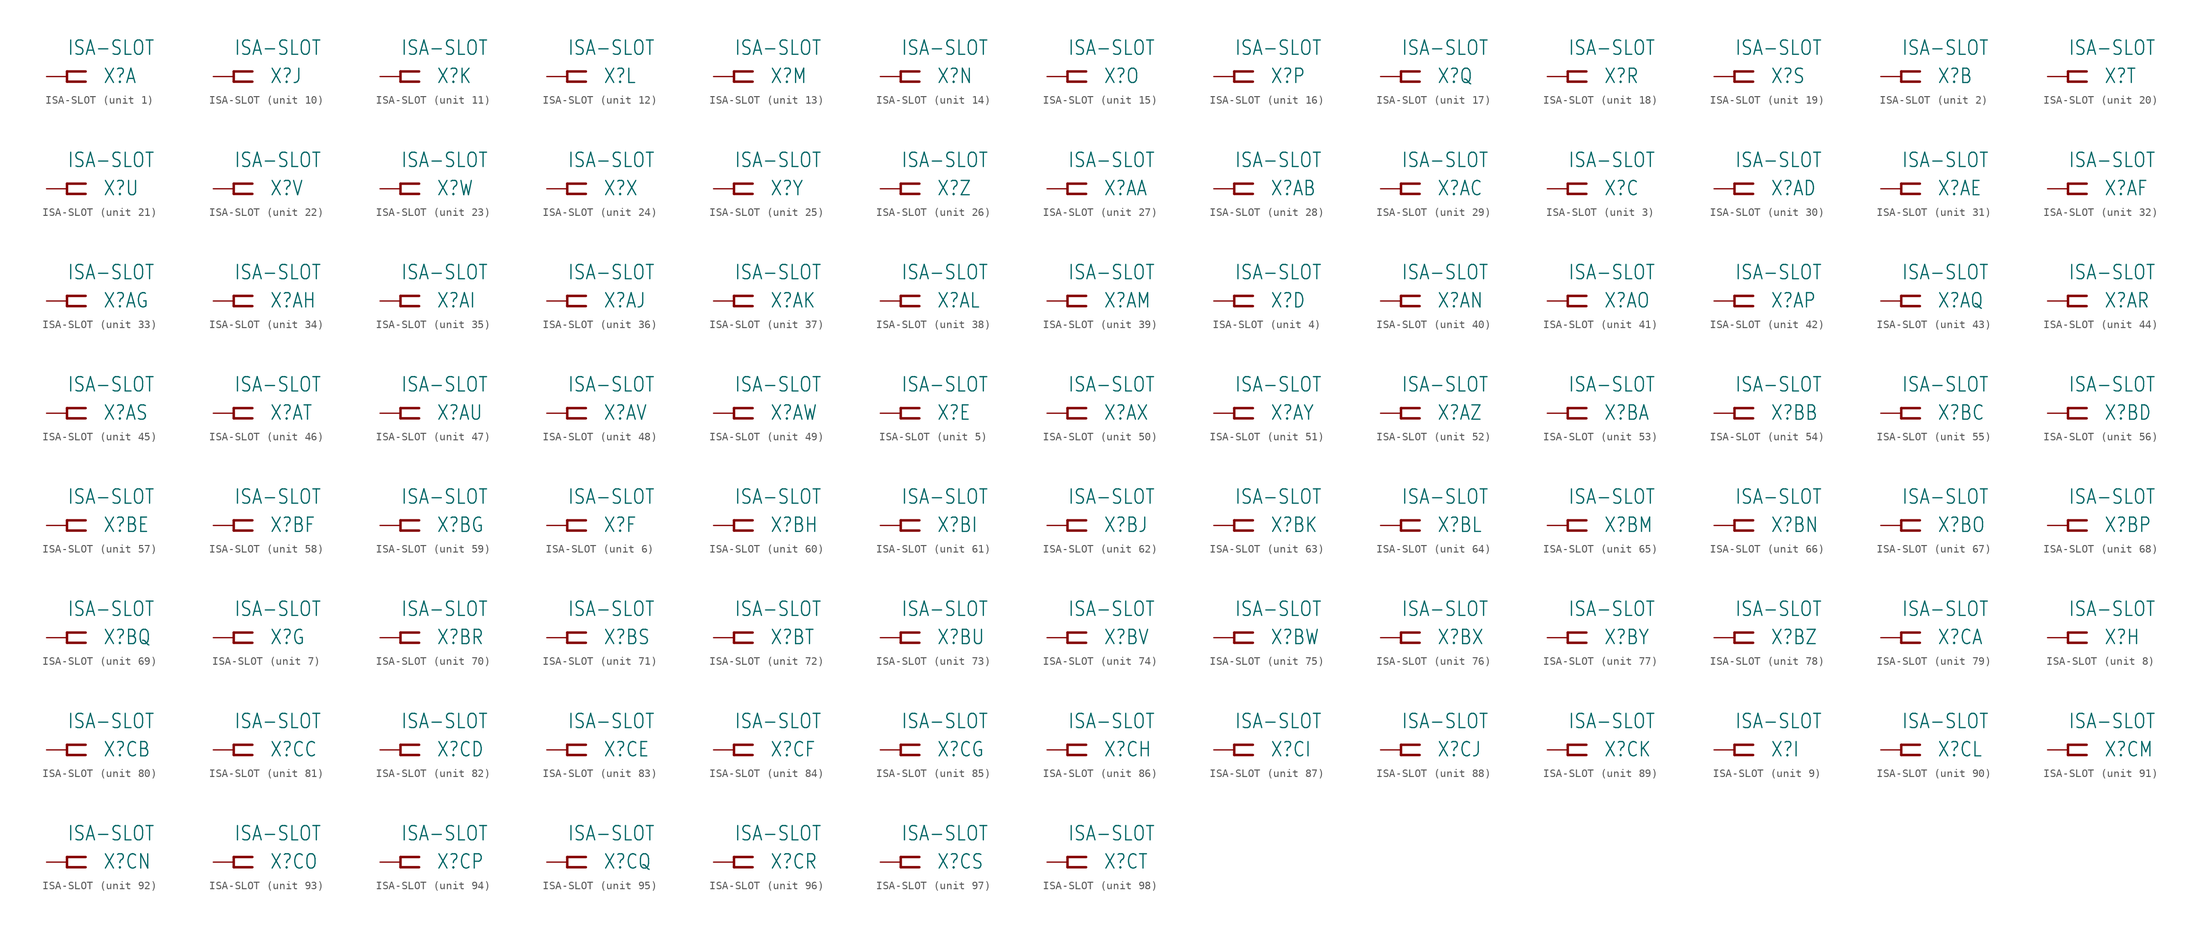
<source format=kicad_sym>
(kicad_symbol_lib
  (version 20220914)
  (generator kicad_symbol_editor)
  (symbol "ISA-SLOT"
    (property "Reference" "X"
      (at 4.445 -0.965 0)
      (effects (font (size 1.778 1.511)) (justify left bottom)))
    (property "Value" "ISA-SLOT"
      (at 0 2.54 0)
      (effects (font (size 1.778 1.511)) (justify left bottom)))
    (property "ki_locked" ""
      (at 0 0 0)
      (effects (font (size 1.27 1.27))))
    (symbol "ISA-SLOT_1_0"
      (polyline (pts (xy 0 -0.635) (xy 0 0.635)) (stroke (width 0.305) (type default)) (fill (type none)))
      (polyline (pts (xy 0 0.635) (xy 2.311 0.635)) (stroke (width 0.305) (type default)) (fill (type none)))
      (polyline (pts (xy 2.311 -0.635) (xy 0 -0.635)) (stroke (width 0.305) (type default)) (fill (type none)))
      (pin passive line (at -2.54 0 0) (length 2.54) (name "P" (effects (font (size 0 0)))) (number "A2" (effects (font (size 0 0))))))
    (symbol "ISA-SLOT_2_0"
      (polyline (pts (xy 0 -0.635) (xy 0 0.635)) (stroke (width 0.305) (type default)) (fill (type none)))
      (polyline (pts (xy 0 0.635) (xy 2.311 0.635)) (stroke (width 0.305) (type default)) (fill (type none)))
      (polyline (pts (xy 2.311 -0.635) (xy 0 -0.635)) (stroke (width 0.305) (type default)) (fill (type none)))
      (pin passive line (at -2.54 0 0) (length 2.54) (name "P" (effects (font (size 0 0)))) (number "A3" (effects (font (size 0 0))))))
    (symbol "ISA-SLOT_3_0"
      (polyline (pts (xy 0 -0.635) (xy 0 0.635)) (stroke (width 0.305) (type default)) (fill (type none)))
      (polyline (pts (xy 0 0.635) (xy 2.311 0.635)) (stroke (width 0.305) (type default)) (fill (type none)))
      (polyline (pts (xy 2.311 -0.635) (xy 0 -0.635)) (stroke (width 0.305) (type default)) (fill (type none)))
      (pin passive line (at -2.54 0 0) (length 2.54) (name "P" (effects (font (size 0 0)))) (number "A4" (effects (font (size 0 0))))))
    (symbol "ISA-SLOT_4_0"
      (polyline (pts (xy 0 -0.635) (xy 0 0.635)) (stroke (width 0.305) (type default)) (fill (type none)))
      (polyline (pts (xy 0 0.635) (xy 2.311 0.635)) (stroke (width 0.305) (type default)) (fill (type none)))
      (polyline (pts (xy 2.311 -0.635) (xy 0 -0.635)) (stroke (width 0.305) (type default)) (fill (type none)))
      (pin passive line (at -2.54 0 0) (length 2.54) (name "P" (effects (font (size 0 0)))) (number "A5" (effects (font (size 0 0))))))
    (symbol "ISA-SLOT_5_0"
      (polyline (pts (xy 0 -0.635) (xy 0 0.635)) (stroke (width 0.305) (type default)) (fill (type none)))
      (polyline (pts (xy 0 0.635) (xy 2.311 0.635)) (stroke (width 0.305) (type default)) (fill (type none)))
      (polyline (pts (xy 2.311 -0.635) (xy 0 -0.635)) (stroke (width 0.305) (type default)) (fill (type none)))
      (pin passive line (at -2.54 0 0) (length 2.54) (name "P" (effects (font (size 0 0)))) (number "A6" (effects (font (size 0 0))))))
    (symbol "ISA-SLOT_6_0"
      (polyline (pts (xy 0 -0.635) (xy 0 0.635)) (stroke (width 0.305) (type default)) (fill (type none)))
      (polyline (pts (xy 0 0.635) (xy 2.311 0.635)) (stroke (width 0.305) (type default)) (fill (type none)))
      (polyline (pts (xy 2.311 -0.635) (xy 0 -0.635)) (stroke (width 0.305) (type default)) (fill (type none)))
      (pin passive line (at -2.54 0 0) (length 2.54) (name "P" (effects (font (size 0 0)))) (number "A7" (effects (font (size 0 0))))))
    (symbol "ISA-SLOT_7_0"
      (polyline (pts (xy 0 -0.635) (xy 0 0.635)) (stroke (width 0.305) (type default)) (fill (type none)))
      (polyline (pts (xy 0 0.635) (xy 2.311 0.635)) (stroke (width 0.305) (type default)) (fill (type none)))
      (polyline (pts (xy 2.311 -0.635) (xy 0 -0.635)) (stroke (width 0.305) (type default)) (fill (type none)))
      (pin passive line (at -2.54 0 0) (length 2.54) (name "P" (effects (font (size 0 0)))) (number "A8" (effects (font (size 0 0))))))
    (symbol "ISA-SLOT_8_0"
      (polyline (pts (xy 0 -0.635) (xy 0 0.635)) (stroke (width 0.305) (type default)) (fill (type none)))
      (polyline (pts (xy 0 0.635) (xy 2.311 0.635)) (stroke (width 0.305) (type default)) (fill (type none)))
      (polyline (pts (xy 2.311 -0.635) (xy 0 -0.635)) (stroke (width 0.305) (type default)) (fill (type none)))
      (pin passive line (at -2.54 0 0) (length 2.54) (name "P" (effects (font (size 0 0)))) (number "A9" (effects (font (size 0 0))))))
    (symbol "ISA-SLOT_9_0"
      (polyline (pts (xy 0 -0.635) (xy 0 0.635)) (stroke (width 0.305) (type default)) (fill (type none)))
      (polyline (pts (xy 0 0.635) (xy 2.311 0.635)) (stroke (width 0.305) (type default)) (fill (type none)))
      (polyline (pts (xy 2.311 -0.635) (xy 0 -0.635)) (stroke (width 0.305) (type default)) (fill (type none)))
      (pin passive line (at -2.54 0 0) (length 2.54) (name "P" (effects (font (size 0 0)))) (number "A10" (effects (font (size 0 0))))))
    (symbol "ISA-SLOT_10_0"
      (polyline (pts (xy 0 -0.635) (xy 0 0.635)) (stroke (width 0.305) (type default)) (fill (type none)))
      (polyline (pts (xy 0 0.635) (xy 2.311 0.635)) (stroke (width 0.305) (type default)) (fill (type none)))
      (polyline (pts (xy 2.311 -0.635) (xy 0 -0.635)) (stroke (width 0.305) (type default)) (fill (type none)))
      (pin passive line (at -2.54 0 0) (length 2.54) (name "P" (effects (font (size 0 0)))) (number "A11" (effects (font (size 0 0))))))
    (symbol "ISA-SLOT_11_0"
      (polyline (pts (xy 0 -0.635) (xy 0 0.635)) (stroke (width 0.305) (type default)) (fill (type none)))
      (polyline (pts (xy 0 0.635) (xy 2.311 0.635)) (stroke (width 0.305) (type default)) (fill (type none)))
      (polyline (pts (xy 2.311 -0.635) (xy 0 -0.635)) (stroke (width 0.305) (type default)) (fill (type none)))
      (pin passive line (at -2.54 0 0) (length 2.54) (name "P" (effects (font (size 0 0)))) (number "A12" (effects (font (size 0 0))))))
    (symbol "ISA-SLOT_12_0"
      (polyline (pts (xy 0 -0.635) (xy 0 0.635)) (stroke (width 0.305) (type default)) (fill (type none)))
      (polyline (pts (xy 0 0.635) (xy 2.311 0.635)) (stroke (width 0.305) (type default)) (fill (type none)))
      (polyline (pts (xy 2.311 -0.635) (xy 0 -0.635)) (stroke (width 0.305) (type default)) (fill (type none)))
      (pin passive line (at -2.54 0 0) (length 2.54) (name "P" (effects (font (size 0 0)))) (number "A13" (effects (font (size 0 0))))))
    (symbol "ISA-SLOT_13_0"
      (polyline (pts (xy 0 -0.635) (xy 0 0.635)) (stroke (width 0.305) (type default)) (fill (type none)))
      (polyline (pts (xy 0 0.635) (xy 2.311 0.635)) (stroke (width 0.305) (type default)) (fill (type none)))
      (polyline (pts (xy 2.311 -0.635) (xy 0 -0.635)) (stroke (width 0.305) (type default)) (fill (type none)))
      (pin passive line (at -2.54 0 0) (length 2.54) (name "P" (effects (font (size 0 0)))) (number "A14" (effects (font (size 0 0))))))
    (symbol "ISA-SLOT_14_0"
      (polyline (pts (xy 0 -0.635) (xy 0 0.635)) (stroke (width 0.305) (type default)) (fill (type none)))
      (polyline (pts (xy 0 0.635) (xy 2.311 0.635)) (stroke (width 0.305) (type default)) (fill (type none)))
      (polyline (pts (xy 2.311 -0.635) (xy 0 -0.635)) (stroke (width 0.305) (type default)) (fill (type none)))
      (pin passive line (at -2.54 0 0) (length 2.54) (name "P" (effects (font (size 0 0)))) (number "A15" (effects (font (size 0 0))))))
    (symbol "ISA-SLOT_15_0"
      (polyline (pts (xy 0 -0.635) (xy 0 0.635)) (stroke (width 0.305) (type default)) (fill (type none)))
      (polyline (pts (xy 0 0.635) (xy 2.311 0.635)) (stroke (width 0.305) (type default)) (fill (type none)))
      (polyline (pts (xy 2.311 -0.635) (xy 0 -0.635)) (stroke (width 0.305) (type default)) (fill (type none)))
      (pin passive line (at -2.54 0 0) (length 2.54) (name "P" (effects (font (size 0 0)))) (number "A16" (effects (font (size 0 0))))))
    (symbol "ISA-SLOT_16_0"
      (polyline (pts (xy 0 -0.635) (xy 0 0.635)) (stroke (width 0.305) (type default)) (fill (type none)))
      (polyline (pts (xy 0 0.635) (xy 2.311 0.635)) (stroke (width 0.305) (type default)) (fill (type none)))
      (polyline (pts (xy 2.311 -0.635) (xy 0 -0.635)) (stroke (width 0.305) (type default)) (fill (type none)))
      (pin passive line (at -2.54 0 0) (length 2.54) (name "P" (effects (font (size 0 0)))) (number "A17" (effects (font (size 0 0))))))
    (symbol "ISA-SLOT_17_0"
      (polyline (pts (xy 0 -0.635) (xy 0 0.635)) (stroke (width 0.305) (type default)) (fill (type none)))
      (polyline (pts (xy 0 0.635) (xy 2.311 0.635)) (stroke (width 0.305) (type default)) (fill (type none)))
      (polyline (pts (xy 2.311 -0.635) (xy 0 -0.635)) (stroke (width 0.305) (type default)) (fill (type none)))
      (pin passive line (at -2.54 0 0) (length 2.54) (name "P" (effects (font (size 0 0)))) (number "A18" (effects (font (size 0 0))))))
    (symbol "ISA-SLOT_18_0"
      (polyline (pts (xy 0 -0.635) (xy 0 0.635)) (stroke (width 0.305) (type default)) (fill (type none)))
      (polyline (pts (xy 0 0.635) (xy 2.311 0.635)) (stroke (width 0.305) (type default)) (fill (type none)))
      (polyline (pts (xy 2.311 -0.635) (xy 0 -0.635)) (stroke (width 0.305) (type default)) (fill (type none)))
      (pin passive line (at -2.54 0 0) (length 2.54) (name "P" (effects (font (size 0 0)))) (number "A19" (effects (font (size 0 0))))))
    (symbol "ISA-SLOT_19_0"
      (polyline (pts (xy 0 -0.635) (xy 0 0.635)) (stroke (width 0.305) (type default)) (fill (type none)))
      (polyline (pts (xy 0 0.635) (xy 2.311 0.635)) (stroke (width 0.305) (type default)) (fill (type none)))
      (polyline (pts (xy 2.311 -0.635) (xy 0 -0.635)) (stroke (width 0.305) (type default)) (fill (type none)))
      (pin passive line (at -2.54 0 0) (length 2.54) (name "P" (effects (font (size 0 0)))) (number "A20" (effects (font (size 0 0))))))
    (symbol "ISA-SLOT_20_0"
      (polyline (pts (xy 0 -0.635) (xy 0 0.635)) (stroke (width 0.305) (type default)) (fill (type none)))
      (polyline (pts (xy 0 0.635) (xy 2.311 0.635)) (stroke (width 0.305) (type default)) (fill (type none)))
      (polyline (pts (xy 2.311 -0.635) (xy 0 -0.635)) (stroke (width 0.305) (type default)) (fill (type none)))
      (pin passive line (at -2.54 0 0) (length 2.54) (name "P" (effects (font (size 0 0)))) (number "A21" (effects (font (size 0 0))))))
    (symbol "ISA-SLOT_21_0"
      (polyline (pts (xy 0 -0.635) (xy 0 0.635)) (stroke (width 0.305) (type default)) (fill (type none)))
      (polyline (pts (xy 0 0.635) (xy 2.311 0.635)) (stroke (width 0.305) (type default)) (fill (type none)))
      (polyline (pts (xy 2.311 -0.635) (xy 0 -0.635)) (stroke (width 0.305) (type default)) (fill (type none)))
      (pin passive line (at -2.54 0 0) (length 2.54) (name "P" (effects (font (size 0 0)))) (number "A22" (effects (font (size 0 0))))))
    (symbol "ISA-SLOT_22_0"
      (polyline (pts (xy 0 -0.635) (xy 0 0.635)) (stroke (width 0.305) (type default)) (fill (type none)))
      (polyline (pts (xy 0 0.635) (xy 2.311 0.635)) (stroke (width 0.305) (type default)) (fill (type none)))
      (polyline (pts (xy 2.311 -0.635) (xy 0 -0.635)) (stroke (width 0.305) (type default)) (fill (type none)))
      (pin passive line (at -2.54 0 0) (length 2.54) (name "P" (effects (font (size 0 0)))) (number "A23" (effects (font (size 0 0))))))
    (symbol "ISA-SLOT_23_0"
      (polyline (pts (xy 0 -0.635) (xy 0 0.635)) (stroke (width 0.305) (type default)) (fill (type none)))
      (polyline (pts (xy 0 0.635) (xy 2.311 0.635)) (stroke (width 0.305) (type default)) (fill (type none)))
      (polyline (pts (xy 2.311 -0.635) (xy 0 -0.635)) (stroke (width 0.305) (type default)) (fill (type none)))
      (pin passive line (at -2.54 0 0) (length 2.54) (name "P" (effects (font (size 0 0)))) (number "A24" (effects (font (size 0 0))))))
    (symbol "ISA-SLOT_24_0"
      (polyline (pts (xy 0 -0.635) (xy 0 0.635)) (stroke (width 0.305) (type default)) (fill (type none)))
      (polyline (pts (xy 0 0.635) (xy 2.311 0.635)) (stroke (width 0.305) (type default)) (fill (type none)))
      (polyline (pts (xy 2.311 -0.635) (xy 0 -0.635)) (stroke (width 0.305) (type default)) (fill (type none)))
      (pin passive line (at -2.54 0 0) (length 2.54) (name "P" (effects (font (size 0 0)))) (number "A25" (effects (font (size 0 0))))))
    (symbol "ISA-SLOT_25_0"
      (polyline (pts (xy 0 -0.635) (xy 0 0.635)) (stroke (width 0.305) (type default)) (fill (type none)))
      (polyline (pts (xy 0 0.635) (xy 2.311 0.635)) (stroke (width 0.305) (type default)) (fill (type none)))
      (polyline (pts (xy 2.311 -0.635) (xy 0 -0.635)) (stroke (width 0.305) (type default)) (fill (type none)))
      (pin passive line (at -2.54 0 0) (length 2.54) (name "P" (effects (font (size 0 0)))) (number "A26" (effects (font (size 0 0))))))
    (symbol "ISA-SLOT_26_0"
      (polyline (pts (xy 0 -0.635) (xy 0 0.635)) (stroke (width 0.305) (type default)) (fill (type none)))
      (polyline (pts (xy 0 0.635) (xy 2.311 0.635)) (stroke (width 0.305) (type default)) (fill (type none)))
      (polyline (pts (xy 2.311 -0.635) (xy 0 -0.635)) (stroke (width 0.305) (type default)) (fill (type none)))
      (pin passive line (at -2.54 0 0) (length 2.54) (name "P" (effects (font (size 0 0)))) (number "A27" (effects (font (size 0 0))))))
    (symbol "ISA-SLOT_27_0"
      (polyline (pts (xy 0 -0.635) (xy 0 0.635)) (stroke (width 0.305) (type default)) (fill (type none)))
      (polyline (pts (xy 0 0.635) (xy 2.311 0.635)) (stroke (width 0.305) (type default)) (fill (type none)))
      (polyline (pts (xy 2.311 -0.635) (xy 0 -0.635)) (stroke (width 0.305) (type default)) (fill (type none)))
      (pin passive line (at -2.54 0 0) (length 2.54) (name "P" (effects (font (size 0 0)))) (number "A28" (effects (font (size 0 0))))))
    (symbol "ISA-SLOT_28_0"
      (polyline (pts (xy 0 -0.635) (xy 0 0.635)) (stroke (width 0.305) (type default)) (fill (type none)))
      (polyline (pts (xy 0 0.635) (xy 2.311 0.635)) (stroke (width 0.305) (type default)) (fill (type none)))
      (polyline (pts (xy 2.311 -0.635) (xy 0 -0.635)) (stroke (width 0.305) (type default)) (fill (type none)))
      (pin passive line (at -2.54 0 0) (length 2.54) (name "P" (effects (font (size 0 0)))) (number "A29" (effects (font (size 0 0))))))
    (symbol "ISA-SLOT_29_0"
      (polyline (pts (xy 0 -0.635) (xy 0 0.635)) (stroke (width 0.305) (type default)) (fill (type none)))
      (polyline (pts (xy 0 0.635) (xy 2.311 0.635)) (stroke (width 0.305) (type default)) (fill (type none)))
      (polyline (pts (xy 2.311 -0.635) (xy 0 -0.635)) (stroke (width 0.305) (type default)) (fill (type none)))
      (pin passive line (at -2.54 0 0) (length 2.54) (name "P" (effects (font (size 0 0)))) (number "A30" (effects (font (size 0 0))))))
    (symbol "ISA-SLOT_30_0"
      (polyline (pts (xy 0 -0.635) (xy 0 0.635)) (stroke (width 0.305) (type default)) (fill (type none)))
      (polyline (pts (xy 0 0.635) (xy 2.311 0.635)) (stroke (width 0.305) (type default)) (fill (type none)))
      (polyline (pts (xy 2.311 -0.635) (xy 0 -0.635)) (stroke (width 0.305) (type default)) (fill (type none)))
      (pin passive line (at -2.54 0 0) (length 2.54) (name "P" (effects (font (size 0 0)))) (number "A31" (effects (font (size 0 0))))))
    (symbol "ISA-SLOT_31_0"
      (polyline (pts (xy 0 -0.635) (xy 0 0.635)) (stroke (width 0.305) (type default)) (fill (type none)))
      (polyline (pts (xy 0 0.635) (xy 2.311 0.635)) (stroke (width 0.305) (type default)) (fill (type none)))
      (polyline (pts (xy 2.311 -0.635) (xy 0 -0.635)) (stroke (width 0.305) (type default)) (fill (type none)))
      (pin passive line (at -2.54 0 0) (length 2.54) (name "P" (effects (font (size 0 0)))) (number "B2" (effects (font (size 0 0))))))
    (symbol "ISA-SLOT_32_0"
      (polyline (pts (xy 0 -0.635) (xy 0 0.635)) (stroke (width 0.305) (type default)) (fill (type none)))
      (polyline (pts (xy 0 0.635) (xy 2.311 0.635)) (stroke (width 0.305) (type default)) (fill (type none)))
      (polyline (pts (xy 2.311 -0.635) (xy 0 -0.635)) (stroke (width 0.305) (type default)) (fill (type none)))
      (pin passive line (at -2.54 0 0) (length 2.54) (name "P" (effects (font (size 0 0)))) (number "B3" (effects (font (size 0 0))))))
    (symbol "ISA-SLOT_33_0"
      (polyline (pts (xy 0 -0.635) (xy 0 0.635)) (stroke (width 0.305) (type default)) (fill (type none)))
      (polyline (pts (xy 0 0.635) (xy 2.311 0.635)) (stroke (width 0.305) (type default)) (fill (type none)))
      (polyline (pts (xy 2.311 -0.635) (xy 0 -0.635)) (stroke (width 0.305) (type default)) (fill (type none)))
      (pin passive line (at -2.54 0 0) (length 2.54) (name "P" (effects (font (size 0 0)))) (number "B4" (effects (font (size 0 0))))))
    (symbol "ISA-SLOT_34_0"
      (polyline (pts (xy 0 -0.635) (xy 0 0.635)) (stroke (width 0.305) (type default)) (fill (type none)))
      (polyline (pts (xy 0 0.635) (xy 2.311 0.635)) (stroke (width 0.305) (type default)) (fill (type none)))
      (polyline (pts (xy 2.311 -0.635) (xy 0 -0.635)) (stroke (width 0.305) (type default)) (fill (type none)))
      (pin passive line (at -2.54 0 0) (length 2.54) (name "P" (effects (font (size 0 0)))) (number "B5" (effects (font (size 0 0))))))
    (symbol "ISA-SLOT_35_0"
      (polyline (pts (xy 0 -0.635) (xy 0 0.635)) (stroke (width 0.305) (type default)) (fill (type none)))
      (polyline (pts (xy 0 0.635) (xy 2.311 0.635)) (stroke (width 0.305) (type default)) (fill (type none)))
      (polyline (pts (xy 2.311 -0.635) (xy 0 -0.635)) (stroke (width 0.305) (type default)) (fill (type none)))
      (pin passive line (at -2.54 0 0) (length 2.54) (name "P" (effects (font (size 0 0)))) (number "B6" (effects (font (size 0 0))))))
    (symbol "ISA-SLOT_36_0"
      (polyline (pts (xy 0 -0.635) (xy 0 0.635)) (stroke (width 0.305) (type default)) (fill (type none)))
      (polyline (pts (xy 0 0.635) (xy 2.311 0.635)) (stroke (width 0.305) (type default)) (fill (type none)))
      (polyline (pts (xy 2.311 -0.635) (xy 0 -0.635)) (stroke (width 0.305) (type default)) (fill (type none)))
      (pin passive line (at -2.54 0 0) (length 2.54) (name "P" (effects (font (size 0 0)))) (number "B7" (effects (font (size 0 0))))))
    (symbol "ISA-SLOT_37_0"
      (polyline (pts (xy 0 -0.635) (xy 0 0.635)) (stroke (width 0.305) (type default)) (fill (type none)))
      (polyline (pts (xy 0 0.635) (xy 2.311 0.635)) (stroke (width 0.305) (type default)) (fill (type none)))
      (polyline (pts (xy 2.311 -0.635) (xy 0 -0.635)) (stroke (width 0.305) (type default)) (fill (type none)))
      (pin passive line (at -2.54 0 0) (length 2.54) (name "P" (effects (font (size 0 0)))) (number "B8" (effects (font (size 0 0))))))
    (symbol "ISA-SLOT_38_0"
      (polyline (pts (xy 0 -0.635) (xy 0 0.635)) (stroke (width 0.305) (type default)) (fill (type none)))
      (polyline (pts (xy 0 0.635) (xy 2.311 0.635)) (stroke (width 0.305) (type default)) (fill (type none)))
      (polyline (pts (xy 2.311 -0.635) (xy 0 -0.635)) (stroke (width 0.305) (type default)) (fill (type none)))
      (pin passive line (at -2.54 0 0) (length 2.54) (name "P" (effects (font (size 0 0)))) (number "B9" (effects (font (size 0 0))))))
    (symbol "ISA-SLOT_39_0"
      (polyline (pts (xy 0 -0.635) (xy 0 0.635)) (stroke (width 0.305) (type default)) (fill (type none)))
      (polyline (pts (xy 0 0.635) (xy 2.311 0.635)) (stroke (width 0.305) (type default)) (fill (type none)))
      (polyline (pts (xy 2.311 -0.635) (xy 0 -0.635)) (stroke (width 0.305) (type default)) (fill (type none)))
      (pin passive line (at -2.54 0 0) (length 2.54) (name "P" (effects (font (size 0 0)))) (number "B10" (effects (font (size 0 0))))))
    (symbol "ISA-SLOT_40_0"
      (polyline (pts (xy 0 -0.635) (xy 0 0.635)) (stroke (width 0.305) (type default)) (fill (type none)))
      (polyline (pts (xy 0 0.635) (xy 2.311 0.635)) (stroke (width 0.305) (type default)) (fill (type none)))
      (polyline (pts (xy 2.311 -0.635) (xy 0 -0.635)) (stroke (width 0.305) (type default)) (fill (type none)))
      (pin passive line (at -2.54 0 0) (length 2.54) (name "P" (effects (font (size 0 0)))) (number "B11" (effects (font (size 0 0))))))
    (symbol "ISA-SLOT_41_0"
      (polyline (pts (xy 0 -0.635) (xy 0 0.635)) (stroke (width 0.305) (type default)) (fill (type none)))
      (polyline (pts (xy 0 0.635) (xy 2.311 0.635)) (stroke (width 0.305) (type default)) (fill (type none)))
      (polyline (pts (xy 2.311 -0.635) (xy 0 -0.635)) (stroke (width 0.305) (type default)) (fill (type none)))
      (pin passive line (at -2.54 0 0) (length 2.54) (name "P" (effects (font (size 0 0)))) (number "B12" (effects (font (size 0 0))))))
    (symbol "ISA-SLOT_42_0"
      (polyline (pts (xy 0 -0.635) (xy 0 0.635)) (stroke (width 0.305) (type default)) (fill (type none)))
      (polyline (pts (xy 0 0.635) (xy 2.311 0.635)) (stroke (width 0.305) (type default)) (fill (type none)))
      (polyline (pts (xy 2.311 -0.635) (xy 0 -0.635)) (stroke (width 0.305) (type default)) (fill (type none)))
      (pin passive line (at -2.54 0 0) (length 2.54) (name "P" (effects (font (size 0 0)))) (number "B13" (effects (font (size 0 0))))))
    (symbol "ISA-SLOT_43_0"
      (polyline (pts (xy 0 -0.635) (xy 0 0.635)) (stroke (width 0.305) (type default)) (fill (type none)))
      (polyline (pts (xy 0 0.635) (xy 2.311 0.635)) (stroke (width 0.305) (type default)) (fill (type none)))
      (polyline (pts (xy 2.311 -0.635) (xy 0 -0.635)) (stroke (width 0.305) (type default)) (fill (type none)))
      (pin passive line (at -2.54 0 0) (length 2.54) (name "P" (effects (font (size 0 0)))) (number "B14" (effects (font (size 0 0))))))
    (symbol "ISA-SLOT_44_0"
      (polyline (pts (xy 0 -0.635) (xy 0 0.635)) (stroke (width 0.305) (type default)) (fill (type none)))
      (polyline (pts (xy 0 0.635) (xy 2.311 0.635)) (stroke (width 0.305) (type default)) (fill (type none)))
      (polyline (pts (xy 2.311 -0.635) (xy 0 -0.635)) (stroke (width 0.305) (type default)) (fill (type none)))
      (pin passive line (at -2.54 0 0) (length 2.54) (name "P" (effects (font (size 0 0)))) (number "B15" (effects (font (size 0 0))))))
    (symbol "ISA-SLOT_45_0"
      (polyline (pts (xy 0 -0.635) (xy 0 0.635)) (stroke (width 0.305) (type default)) (fill (type none)))
      (polyline (pts (xy 0 0.635) (xy 2.311 0.635)) (stroke (width 0.305) (type default)) (fill (type none)))
      (polyline (pts (xy 2.311 -0.635) (xy 0 -0.635)) (stroke (width 0.305) (type default)) (fill (type none)))
      (pin passive line (at -2.54 0 0) (length 2.54) (name "P" (effects (font (size 0 0)))) (number "B16" (effects (font (size 0 0))))))
    (symbol "ISA-SLOT_46_0"
      (polyline (pts (xy 0 -0.635) (xy 0 0.635)) (stroke (width 0.305) (type default)) (fill (type none)))
      (polyline (pts (xy 0 0.635) (xy 2.311 0.635)) (stroke (width 0.305) (type default)) (fill (type none)))
      (polyline (pts (xy 2.311 -0.635) (xy 0 -0.635)) (stroke (width 0.305) (type default)) (fill (type none)))
      (pin passive line (at -2.54 0 0) (length 2.54) (name "P" (effects (font (size 0 0)))) (number "B17" (effects (font (size 0 0))))))
    (symbol "ISA-SLOT_47_0"
      (polyline (pts (xy 0 -0.635) (xy 0 0.635)) (stroke (width 0.305) (type default)) (fill (type none)))
      (polyline (pts (xy 0 0.635) (xy 2.311 0.635)) (stroke (width 0.305) (type default)) (fill (type none)))
      (polyline (pts (xy 2.311 -0.635) (xy 0 -0.635)) (stroke (width 0.305) (type default)) (fill (type none)))
      (pin passive line (at -2.54 0 0) (length 2.54) (name "P" (effects (font (size 0 0)))) (number "B18" (effects (font (size 0 0))))))
    (symbol "ISA-SLOT_48_0"
      (polyline (pts (xy 0 -0.635) (xy 0 0.635)) (stroke (width 0.305) (type default)) (fill (type none)))
      (polyline (pts (xy 0 0.635) (xy 2.311 0.635)) (stroke (width 0.305) (type default)) (fill (type none)))
      (polyline (pts (xy 2.311 -0.635) (xy 0 -0.635)) (stroke (width 0.305) (type default)) (fill (type none)))
      (pin passive line (at -2.54 0 0) (length 2.54) (name "P" (effects (font (size 0 0)))) (number "B19" (effects (font (size 0 0))))))
    (symbol "ISA-SLOT_49_0"
      (polyline (pts (xy 0 -0.635) (xy 0 0.635)) (stroke (width 0.305) (type default)) (fill (type none)))
      (polyline (pts (xy 0 0.635) (xy 2.311 0.635)) (stroke (width 0.305) (type default)) (fill (type none)))
      (polyline (pts (xy 2.311 -0.635) (xy 0 -0.635)) (stroke (width 0.305) (type default)) (fill (type none)))
      (pin passive line (at -2.54 0 0) (length 2.54) (name "P" (effects (font (size 0 0)))) (number "B20" (effects (font (size 0 0))))))
    (symbol "ISA-SLOT_50_0"
      (polyline (pts (xy 0 -0.635) (xy 0 0.635)) (stroke (width 0.305) (type default)) (fill (type none)))
      (polyline (pts (xy 0 0.635) (xy 2.311 0.635)) (stroke (width 0.305) (type default)) (fill (type none)))
      (polyline (pts (xy 2.311 -0.635) (xy 0 -0.635)) (stroke (width 0.305) (type default)) (fill (type none)))
      (pin passive line (at -2.54 0 0) (length 2.54) (name "P" (effects (font (size 0 0)))) (number "B21" (effects (font (size 0 0))))))
    (symbol "ISA-SLOT_51_0"
      (polyline (pts (xy 0 -0.635) (xy 0 0.635)) (stroke (width 0.305) (type default)) (fill (type none)))
      (polyline (pts (xy 0 0.635) (xy 2.311 0.635)) (stroke (width 0.305) (type default)) (fill (type none)))
      (polyline (pts (xy 2.311 -0.635) (xy 0 -0.635)) (stroke (width 0.305) (type default)) (fill (type none)))
      (pin passive line (at -2.54 0 0) (length 2.54) (name "P" (effects (font (size 0 0)))) (number "B22" (effects (font (size 0 0))))))
    (symbol "ISA-SLOT_52_0"
      (polyline (pts (xy 0 -0.635) (xy 0 0.635)) (stroke (width 0.305) (type default)) (fill (type none)))
      (polyline (pts (xy 0 0.635) (xy 2.311 0.635)) (stroke (width 0.305) (type default)) (fill (type none)))
      (polyline (pts (xy 2.311 -0.635) (xy 0 -0.635)) (stroke (width 0.305) (type default)) (fill (type none)))
      (pin passive line (at -2.54 0 0) (length 2.54) (name "P" (effects (font (size 0 0)))) (number "B23" (effects (font (size 0 0))))))
    (symbol "ISA-SLOT_53_0"
      (polyline (pts (xy 0 -0.635) (xy 0 0.635)) (stroke (width 0.305) (type default)) (fill (type none)))
      (polyline (pts (xy 0 0.635) (xy 2.311 0.635)) (stroke (width 0.305) (type default)) (fill (type none)))
      (polyline (pts (xy 2.311 -0.635) (xy 0 -0.635)) (stroke (width 0.305) (type default)) (fill (type none)))
      (pin passive line (at -2.54 0 0) (length 2.54) (name "P" (effects (font (size 0 0)))) (number "B24" (effects (font (size 0 0))))))
    (symbol "ISA-SLOT_54_0"
      (polyline (pts (xy 0 -0.635) (xy 0 0.635)) (stroke (width 0.305) (type default)) (fill (type none)))
      (polyline (pts (xy 0 0.635) (xy 2.311 0.635)) (stroke (width 0.305) (type default)) (fill (type none)))
      (polyline (pts (xy 2.311 -0.635) (xy 0 -0.635)) (stroke (width 0.305) (type default)) (fill (type none)))
      (pin passive line (at -2.54 0 0) (length 2.54) (name "P" (effects (font (size 0 0)))) (number "B25" (effects (font (size 0 0))))))
    (symbol "ISA-SLOT_55_0"
      (polyline (pts (xy 0 -0.635) (xy 0 0.635)) (stroke (width 0.305) (type default)) (fill (type none)))
      (polyline (pts (xy 0 0.635) (xy 2.311 0.635)) (stroke (width 0.305) (type default)) (fill (type none)))
      (polyline (pts (xy 2.311 -0.635) (xy 0 -0.635)) (stroke (width 0.305) (type default)) (fill (type none)))
      (pin passive line (at -2.54 0 0) (length 2.54) (name "P" (effects (font (size 0 0)))) (number "B26" (effects (font (size 0 0))))))
    (symbol "ISA-SLOT_56_0"
      (polyline (pts (xy 0 -0.635) (xy 0 0.635)) (stroke (width 0.305) (type default)) (fill (type none)))
      (polyline (pts (xy 0 0.635) (xy 2.311 0.635)) (stroke (width 0.305) (type default)) (fill (type none)))
      (polyline (pts (xy 2.311 -0.635) (xy 0 -0.635)) (stroke (width 0.305) (type default)) (fill (type none)))
      (pin passive line (at -2.54 0 0) (length 2.54) (name "P" (effects (font (size 0 0)))) (number "B27" (effects (font (size 0 0))))))
    (symbol "ISA-SLOT_57_0"
      (polyline (pts (xy 0 -0.635) (xy 0 0.635)) (stroke (width 0.305) (type default)) (fill (type none)))
      (polyline (pts (xy 0 0.635) (xy 2.311 0.635)) (stroke (width 0.305) (type default)) (fill (type none)))
      (polyline (pts (xy 2.311 -0.635) (xy 0 -0.635)) (stroke (width 0.305) (type default)) (fill (type none)))
      (pin passive line (at -2.54 0 0) (length 2.54) (name "P" (effects (font (size 0 0)))) (number "B28" (effects (font (size 0 0))))))
    (symbol "ISA-SLOT_58_0"
      (polyline (pts (xy 0 -0.635) (xy 0 0.635)) (stroke (width 0.305) (type default)) (fill (type none)))
      (polyline (pts (xy 0 0.635) (xy 2.311 0.635)) (stroke (width 0.305) (type default)) (fill (type none)))
      (polyline (pts (xy 2.311 -0.635) (xy 0 -0.635)) (stroke (width 0.305) (type default)) (fill (type none)))
      (pin passive line (at -2.54 0 0) (length 2.54) (name "P" (effects (font (size 0 0)))) (number "B29" (effects (font (size 0 0))))))
    (symbol "ISA-SLOT_59_0"
      (polyline (pts (xy 0 -0.635) (xy 0 0.635)) (stroke (width 0.305) (type default)) (fill (type none)))
      (polyline (pts (xy 0 0.635) (xy 2.311 0.635)) (stroke (width 0.305) (type default)) (fill (type none)))
      (polyline (pts (xy 2.311 -0.635) (xy 0 -0.635)) (stroke (width 0.305) (type default)) (fill (type none)))
      (pin passive line (at -2.54 0 0) (length 2.54) (name "P" (effects (font (size 0 0)))) (number "B30" (effects (font (size 0 0))))))
    (symbol "ISA-SLOT_60_0"
      (polyline (pts (xy 0 -0.635) (xy 0 0.635)) (stroke (width 0.305) (type default)) (fill (type none)))
      (polyline (pts (xy 0 0.635) (xy 2.311 0.635)) (stroke (width 0.305) (type default)) (fill (type none)))
      (polyline (pts (xy 2.311 -0.635) (xy 0 -0.635)) (stroke (width 0.305) (type default)) (fill (type none)))
      (pin passive line (at -2.54 0 0) (length 2.54) (name "P" (effects (font (size 0 0)))) (number "B31" (effects (font (size 0 0))))))
    (symbol "ISA-SLOT_61_0"
      (polyline (pts (xy 0 -0.635) (xy 0 0.635)) (stroke (width 0.305) (type default)) (fill (type none)))
      (polyline (pts (xy 0 0.635) (xy 2.311 0.635)) (stroke (width 0.305) (type default)) (fill (type none)))
      (polyline (pts (xy 2.311 -0.635) (xy 0 -0.635)) (stroke (width 0.305) (type default)) (fill (type none)))
      (pin passive line (at -2.54 0 0) (length 2.54) (name "P" (effects (font (size 0 0)))) (number "C2" (effects (font (size 0 0))))))
    (symbol "ISA-SLOT_62_0"
      (polyline (pts (xy 0 -0.635) (xy 0 0.635)) (stroke (width 0.305) (type default)) (fill (type none)))
      (polyline (pts (xy 0 0.635) (xy 2.311 0.635)) (stroke (width 0.305) (type default)) (fill (type none)))
      (polyline (pts (xy 2.311 -0.635) (xy 0 -0.635)) (stroke (width 0.305) (type default)) (fill (type none)))
      (pin passive line (at -2.54 0 0) (length 2.54) (name "P" (effects (font (size 0 0)))) (number "C3" (effects (font (size 0 0))))))
    (symbol "ISA-SLOT_63_0"
      (polyline (pts (xy 0 -0.635) (xy 0 0.635)) (stroke (width 0.305) (type default)) (fill (type none)))
      (polyline (pts (xy 0 0.635) (xy 2.311 0.635)) (stroke (width 0.305) (type default)) (fill (type none)))
      (polyline (pts (xy 2.311 -0.635) (xy 0 -0.635)) (stroke (width 0.305) (type default)) (fill (type none)))
      (pin passive line (at -2.54 0 0) (length 2.54) (name "P" (effects (font (size 0 0)))) (number "C4" (effects (font (size 0 0))))))
    (symbol "ISA-SLOT_64_0"
      (polyline (pts (xy 0 -0.635) (xy 0 0.635)) (stroke (width 0.305) (type default)) (fill (type none)))
      (polyline (pts (xy 0 0.635) (xy 2.311 0.635)) (stroke (width 0.305) (type default)) (fill (type none)))
      (polyline (pts (xy 2.311 -0.635) (xy 0 -0.635)) (stroke (width 0.305) (type default)) (fill (type none)))
      (pin passive line (at -2.54 0 0) (length 2.54) (name "P" (effects (font (size 0 0)))) (number "C5" (effects (font (size 0 0))))))
    (symbol "ISA-SLOT_65_0"
      (polyline (pts (xy 0 -0.635) (xy 0 0.635)) (stroke (width 0.305) (type default)) (fill (type none)))
      (polyline (pts (xy 0 0.635) (xy 2.311 0.635)) (stroke (width 0.305) (type default)) (fill (type none)))
      (polyline (pts (xy 2.311 -0.635) (xy 0 -0.635)) (stroke (width 0.305) (type default)) (fill (type none)))
      (pin passive line (at -2.54 0 0) (length 2.54) (name "P" (effects (font (size 0 0)))) (number "C6" (effects (font (size 0 0))))))
    (symbol "ISA-SLOT_66_0"
      (polyline (pts (xy 0 -0.635) (xy 0 0.635)) (stroke (width 0.305) (type default)) (fill (type none)))
      (polyline (pts (xy 0 0.635) (xy 2.311 0.635)) (stroke (width 0.305) (type default)) (fill (type none)))
      (polyline (pts (xy 2.311 -0.635) (xy 0 -0.635)) (stroke (width 0.305) (type default)) (fill (type none)))
      (pin passive line (at -2.54 0 0) (length 2.54) (name "P" (effects (font (size 0 0)))) (number "C7" (effects (font (size 0 0))))))
    (symbol "ISA-SLOT_67_0"
      (polyline (pts (xy 0 -0.635) (xy 0 0.635)) (stroke (width 0.305) (type default)) (fill (type none)))
      (polyline (pts (xy 0 0.635) (xy 2.311 0.635)) (stroke (width 0.305) (type default)) (fill (type none)))
      (polyline (pts (xy 2.311 -0.635) (xy 0 -0.635)) (stroke (width 0.305) (type default)) (fill (type none)))
      (pin passive line (at -2.54 0 0) (length 2.54) (name "P" (effects (font (size 0 0)))) (number "C8" (effects (font (size 0 0))))))
    (symbol "ISA-SLOT_68_0"
      (polyline (pts (xy 0 -0.635) (xy 0 0.635)) (stroke (width 0.305) (type default)) (fill (type none)))
      (polyline (pts (xy 0 0.635) (xy 2.311 0.635)) (stroke (width 0.305) (type default)) (fill (type none)))
      (polyline (pts (xy 2.311 -0.635) (xy 0 -0.635)) (stroke (width 0.305) (type default)) (fill (type none)))
      (pin passive line (at -2.54 0 0) (length 2.54) (name "P" (effects (font (size 0 0)))) (number "C9" (effects (font (size 0 0))))))
    (symbol "ISA-SLOT_69_0"
      (polyline (pts (xy 0 -0.635) (xy 0 0.635)) (stroke (width 0.305) (type default)) (fill (type none)))
      (polyline (pts (xy 0 0.635) (xy 2.311 0.635)) (stroke (width 0.305) (type default)) (fill (type none)))
      (polyline (pts (xy 2.311 -0.635) (xy 0 -0.635)) (stroke (width 0.305) (type default)) (fill (type none)))
      (pin passive line (at -2.54 0 0) (length 2.54) (name "P" (effects (font (size 0 0)))) (number "C10" (effects (font (size 0 0))))))
    (symbol "ISA-SLOT_70_0"
      (polyline (pts (xy 0 -0.635) (xy 0 0.635)) (stroke (width 0.305) (type default)) (fill (type none)))
      (polyline (pts (xy 0 0.635) (xy 2.311 0.635)) (stroke (width 0.305) (type default)) (fill (type none)))
      (polyline (pts (xy 2.311 -0.635) (xy 0 -0.635)) (stroke (width 0.305) (type default)) (fill (type none)))
      (pin passive line (at -2.54 0 0) (length 2.54) (name "P" (effects (font (size 0 0)))) (number "C11" (effects (font (size 0 0))))))
    (symbol "ISA-SLOT_71_0"
      (polyline (pts (xy 0 -0.635) (xy 0 0.635)) (stroke (width 0.305) (type default)) (fill (type none)))
      (polyline (pts (xy 0 0.635) (xy 2.311 0.635)) (stroke (width 0.305) (type default)) (fill (type none)))
      (polyline (pts (xy 2.311 -0.635) (xy 0 -0.635)) (stroke (width 0.305) (type default)) (fill (type none)))
      (pin passive line (at -2.54 0 0) (length 2.54) (name "P" (effects (font (size 0 0)))) (number "C12" (effects (font (size 0 0))))))
    (symbol "ISA-SLOT_72_0"
      (polyline (pts (xy 0 -0.635) (xy 0 0.635)) (stroke (width 0.305) (type default)) (fill (type none)))
      (polyline (pts (xy 0 0.635) (xy 2.311 0.635)) (stroke (width 0.305) (type default)) (fill (type none)))
      (polyline (pts (xy 2.311 -0.635) (xy 0 -0.635)) (stroke (width 0.305) (type default)) (fill (type none)))
      (pin passive line (at -2.54 0 0) (length 2.54) (name "P" (effects (font (size 0 0)))) (number "C13" (effects (font (size 0 0))))))
    (symbol "ISA-SLOT_73_0"
      (polyline (pts (xy 0 -0.635) (xy 0 0.635)) (stroke (width 0.305) (type default)) (fill (type none)))
      (polyline (pts (xy 0 0.635) (xy 2.311 0.635)) (stroke (width 0.305) (type default)) (fill (type none)))
      (polyline (pts (xy 2.311 -0.635) (xy 0 -0.635)) (stroke (width 0.305) (type default)) (fill (type none)))
      (pin passive line (at -2.54 0 0) (length 2.54) (name "P" (effects (font (size 0 0)))) (number "C14" (effects (font (size 0 0))))))
    (symbol "ISA-SLOT_74_0"
      (polyline (pts (xy 0 -0.635) (xy 0 0.635)) (stroke (width 0.305) (type default)) (fill (type none)))
      (polyline (pts (xy 0 0.635) (xy 2.311 0.635)) (stroke (width 0.305) (type default)) (fill (type none)))
      (polyline (pts (xy 2.311 -0.635) (xy 0 -0.635)) (stroke (width 0.305) (type default)) (fill (type none)))
      (pin passive line (at -2.54 0 0) (length 2.54) (name "P" (effects (font (size 0 0)))) (number "C15" (effects (font (size 0 0))))))
    (symbol "ISA-SLOT_75_0"
      (polyline (pts (xy 0 -0.635) (xy 0 0.635)) (stroke (width 0.305) (type default)) (fill (type none)))
      (polyline (pts (xy 0 0.635) (xy 2.311 0.635)) (stroke (width 0.305) (type default)) (fill (type none)))
      (polyline (pts (xy 2.311 -0.635) (xy 0 -0.635)) (stroke (width 0.305) (type default)) (fill (type none)))
      (pin passive line (at -2.54 0 0) (length 2.54) (name "P" (effects (font (size 0 0)))) (number "C16" (effects (font (size 0 0))))))
    (symbol "ISA-SLOT_76_0"
      (polyline (pts (xy 0 -0.635) (xy 0 0.635)) (stroke (width 0.305) (type default)) (fill (type none)))
      (polyline (pts (xy 0 0.635) (xy 2.311 0.635)) (stroke (width 0.305) (type default)) (fill (type none)))
      (polyline (pts (xy 2.311 -0.635) (xy 0 -0.635)) (stroke (width 0.305) (type default)) (fill (type none)))
      (pin passive line (at -2.54 0 0) (length 2.54) (name "P" (effects (font (size 0 0)))) (number "C17" (effects (font (size 0 0))))))
    (symbol "ISA-SLOT_77_0"
      (polyline (pts (xy 0 -0.635) (xy 0 0.635)) (stroke (width 0.305) (type default)) (fill (type none)))
      (polyline (pts (xy 0 0.635) (xy 2.311 0.635)) (stroke (width 0.305) (type default)) (fill (type none)))
      (polyline (pts (xy 2.311 -0.635) (xy 0 -0.635)) (stroke (width 0.305) (type default)) (fill (type none)))
      (pin passive line (at -2.54 0 0) (length 2.54) (name "P" (effects (font (size 0 0)))) (number "C18" (effects (font (size 0 0))))))
    (symbol "ISA-SLOT_78_0"
      (polyline (pts (xy 0 -0.635) (xy 0 0.635)) (stroke (width 0.305) (type default)) (fill (type none)))
      (polyline (pts (xy 0 0.635) (xy 2.311 0.635)) (stroke (width 0.305) (type default)) (fill (type none)))
      (polyline (pts (xy 2.311 -0.635) (xy 0 -0.635)) (stroke (width 0.305) (type default)) (fill (type none)))
      (pin passive line (at -2.54 0 0) (length 2.54) (name "P" (effects (font (size 0 0)))) (number "D2" (effects (font (size 0 0))))))
    (symbol "ISA-SLOT_79_0"
      (polyline (pts (xy 0 -0.635) (xy 0 0.635)) (stroke (width 0.305) (type default)) (fill (type none)))
      (polyline (pts (xy 0 0.635) (xy 2.311 0.635)) (stroke (width 0.305) (type default)) (fill (type none)))
      (polyline (pts (xy 2.311 -0.635) (xy 0 -0.635)) (stroke (width 0.305) (type default)) (fill (type none)))
      (pin passive line (at -2.54 0 0) (length 2.54) (name "P" (effects (font (size 0 0)))) (number "D3" (effects (font (size 0 0))))))
    (symbol "ISA-SLOT_80_0"
      (polyline (pts (xy 0 -0.635) (xy 0 0.635)) (stroke (width 0.305) (type default)) (fill (type none)))
      (polyline (pts (xy 0 0.635) (xy 2.311 0.635)) (stroke (width 0.305) (type default)) (fill (type none)))
      (polyline (pts (xy 2.311 -0.635) (xy 0 -0.635)) (stroke (width 0.305) (type default)) (fill (type none)))
      (pin passive line (at -2.54 0 0) (length 2.54) (name "P" (effects (font (size 0 0)))) (number "D4" (effects (font (size 0 0))))))
    (symbol "ISA-SLOT_81_0"
      (polyline (pts (xy 0 -0.635) (xy 0 0.635)) (stroke (width 0.305) (type default)) (fill (type none)))
      (polyline (pts (xy 0 0.635) (xy 2.311 0.635)) (stroke (width 0.305) (type default)) (fill (type none)))
      (polyline (pts (xy 2.311 -0.635) (xy 0 -0.635)) (stroke (width 0.305) (type default)) (fill (type none)))
      (pin passive line (at -2.54 0 0) (length 2.54) (name "P" (effects (font (size 0 0)))) (number "D5" (effects (font (size 0 0))))))
    (symbol "ISA-SLOT_82_0"
      (polyline (pts (xy 0 -0.635) (xy 0 0.635)) (stroke (width 0.305) (type default)) (fill (type none)))
      (polyline (pts (xy 0 0.635) (xy 2.311 0.635)) (stroke (width 0.305) (type default)) (fill (type none)))
      (polyline (pts (xy 2.311 -0.635) (xy 0 -0.635)) (stroke (width 0.305) (type default)) (fill (type none)))
      (pin passive line (at -2.54 0 0) (length 2.54) (name "P" (effects (font (size 0 0)))) (number "D6" (effects (font (size 0 0))))))
    (symbol "ISA-SLOT_83_0"
      (polyline (pts (xy 0 -0.635) (xy 0 0.635)) (stroke (width 0.305) (type default)) (fill (type none)))
      (polyline (pts (xy 0 0.635) (xy 2.311 0.635)) (stroke (width 0.305) (type default)) (fill (type none)))
      (polyline (pts (xy 2.311 -0.635) (xy 0 -0.635)) (stroke (width 0.305) (type default)) (fill (type none)))
      (pin passive line (at -2.54 0 0) (length 2.54) (name "P" (effects (font (size 0 0)))) (number "D7" (effects (font (size 0 0))))))
    (symbol "ISA-SLOT_84_0"
      (polyline (pts (xy 0 -0.635) (xy 0 0.635)) (stroke (width 0.305) (type default)) (fill (type none)))
      (polyline (pts (xy 0 0.635) (xy 2.311 0.635)) (stroke (width 0.305) (type default)) (fill (type none)))
      (polyline (pts (xy 2.311 -0.635) (xy 0 -0.635)) (stroke (width 0.305) (type default)) (fill (type none)))
      (pin passive line (at -2.54 0 0) (length 2.54) (name "P" (effects (font (size 0 0)))) (number "D8" (effects (font (size 0 0))))))
    (symbol "ISA-SLOT_85_0"
      (polyline (pts (xy 0 -0.635) (xy 0 0.635)) (stroke (width 0.305) (type default)) (fill (type none)))
      (polyline (pts (xy 0 0.635) (xy 2.311 0.635)) (stroke (width 0.305) (type default)) (fill (type none)))
      (polyline (pts (xy 2.311 -0.635) (xy 0 -0.635)) (stroke (width 0.305) (type default)) (fill (type none)))
      (pin passive line (at -2.54 0 0) (length 2.54) (name "P" (effects (font (size 0 0)))) (number "D9" (effects (font (size 0 0))))))
    (symbol "ISA-SLOT_86_0"
      (polyline (pts (xy 0 -0.635) (xy 0 0.635)) (stroke (width 0.305) (type default)) (fill (type none)))
      (polyline (pts (xy 0 0.635) (xy 2.311 0.635)) (stroke (width 0.305) (type default)) (fill (type none)))
      (polyline (pts (xy 2.311 -0.635) (xy 0 -0.635)) (stroke (width 0.305) (type default)) (fill (type none)))
      (pin passive line (at -2.54 0 0) (length 2.54) (name "P" (effects (font (size 0 0)))) (number "D10" (effects (font (size 0 0))))))
    (symbol "ISA-SLOT_87_0"
      (polyline (pts (xy 0 -0.635) (xy 0 0.635)) (stroke (width 0.305) (type default)) (fill (type none)))
      (polyline (pts (xy 0 0.635) (xy 2.311 0.635)) (stroke (width 0.305) (type default)) (fill (type none)))
      (polyline (pts (xy 2.311 -0.635) (xy 0 -0.635)) (stroke (width 0.305) (type default)) (fill (type none)))
      (pin passive line (at -2.54 0 0) (length 2.54) (name "P" (effects (font (size 0 0)))) (number "D11" (effects (font (size 0 0))))))
    (symbol "ISA-SLOT_88_0"
      (polyline (pts (xy 0 -0.635) (xy 0 0.635)) (stroke (width 0.305) (type default)) (fill (type none)))
      (polyline (pts (xy 0 0.635) (xy 2.311 0.635)) (stroke (width 0.305) (type default)) (fill (type none)))
      (polyline (pts (xy 2.311 -0.635) (xy 0 -0.635)) (stroke (width 0.305) (type default)) (fill (type none)))
      (pin passive line (at -2.54 0 0) (length 2.54) (name "P" (effects (font (size 0 0)))) (number "D12" (effects (font (size 0 0))))))
    (symbol "ISA-SLOT_89_0"
      (polyline (pts (xy 0 -0.635) (xy 0 0.635)) (stroke (width 0.305) (type default)) (fill (type none)))
      (polyline (pts (xy 0 0.635) (xy 2.311 0.635)) (stroke (width 0.305) (type default)) (fill (type none)))
      (polyline (pts (xy 2.311 -0.635) (xy 0 -0.635)) (stroke (width 0.305) (type default)) (fill (type none)))
      (pin passive line (at -2.54 0 0) (length 2.54) (name "P" (effects (font (size 0 0)))) (number "D13" (effects (font (size 0 0))))))
    (symbol "ISA-SLOT_90_0"
      (polyline (pts (xy 0 -0.635) (xy 0 0.635)) (stroke (width 0.305) (type default)) (fill (type none)))
      (polyline (pts (xy 0 0.635) (xy 2.311 0.635)) (stroke (width 0.305) (type default)) (fill (type none)))
      (polyline (pts (xy 2.311 -0.635) (xy 0 -0.635)) (stroke (width 0.305) (type default)) (fill (type none)))
      (pin passive line (at -2.54 0 0) (length 2.54) (name "P" (effects (font (size 0 0)))) (number "D14" (effects (font (size 0 0))))))
    (symbol "ISA-SLOT_91_0"
      (polyline (pts (xy 0 -0.635) (xy 0 0.635)) (stroke (width 0.305) (type default)) (fill (type none)))
      (polyline (pts (xy 0 0.635) (xy 2.311 0.635)) (stroke (width 0.305) (type default)) (fill (type none)))
      (polyline (pts (xy 2.311 -0.635) (xy 0 -0.635)) (stroke (width 0.305) (type default)) (fill (type none)))
      (pin passive line (at -2.54 0 0) (length 2.54) (name "P" (effects (font (size 0 0)))) (number "D15" (effects (font (size 0 0))))))
    (symbol "ISA-SLOT_92_0"
      (polyline (pts (xy 0 -0.635) (xy 0 0.635)) (stroke (width 0.305) (type default)) (fill (type none)))
      (polyline (pts (xy 0 0.635) (xy 2.311 0.635)) (stroke (width 0.305) (type default)) (fill (type none)))
      (polyline (pts (xy 2.311 -0.635) (xy 0 -0.635)) (stroke (width 0.305) (type default)) (fill (type none)))
      (pin passive line (at -2.54 0 0) (length 2.54) (name "P" (effects (font (size 0 0)))) (number "D16" (effects (font (size 0 0))))))
    (symbol "ISA-SLOT_93_0"
      (polyline (pts (xy 0 -0.635) (xy 0 0.635)) (stroke (width 0.305) (type default)) (fill (type none)))
      (polyline (pts (xy 0 0.635) (xy 2.311 0.635)) (stroke (width 0.305) (type default)) (fill (type none)))
      (polyline (pts (xy 2.311 -0.635) (xy 0 -0.635)) (stroke (width 0.305) (type default)) (fill (type none)))
      (pin passive line (at -2.54 0 0) (length 2.54) (name "P" (effects (font (size 0 0)))) (number "D17" (effects (font (size 0 0))))))
    (symbol "ISA-SLOT_94_0"
      (polyline (pts (xy 0 -0.635) (xy 0 0.635)) (stroke (width 0.305) (type default)) (fill (type none)))
      (polyline (pts (xy 0 0.635) (xy 2.311 0.635)) (stroke (width 0.305) (type default)) (fill (type none)))
      (polyline (pts (xy 2.311 -0.635) (xy 0 -0.635)) (stroke (width 0.305) (type default)) (fill (type none)))
      (pin passive line (at -2.54 0 0) (length 2.54) (name "P" (effects (font (size 0 0)))) (number "D18" (effects (font (size 0 0))))))
    (symbol "ISA-SLOT_95_0"
      (polyline (pts (xy 0 -0.635) (xy 0 0.635)) (stroke (width 0.305) (type default)) (fill (type none)))
      (polyline (pts (xy 0 0.635) (xy 2.311 0.635)) (stroke (width 0.305) (type default)) (fill (type none)))
      (polyline (pts (xy 2.311 -0.635) (xy 0 -0.635)) (stroke (width 0.305) (type default)) (fill (type none)))
      (pin passive line (at -2.54 0 0) (length 2.54) (name "P" (effects (font (size 0 0)))) (number "A1" (effects (font (size 0 0))))))
    (symbol "ISA-SLOT_96_0"
      (polyline (pts (xy 0 -0.635) (xy 0 0.635)) (stroke (width 0.305) (type default)) (fill (type none)))
      (polyline (pts (xy 0 0.635) (xy 2.311 0.635)) (stroke (width 0.305) (type default)) (fill (type none)))
      (polyline (pts (xy 2.311 -0.635) (xy 0 -0.635)) (stroke (width 0.305) (type default)) (fill (type none)))
      (pin passive line (at -2.54 0 0) (length 2.54) (name "P" (effects (font (size 0 0)))) (number "B1" (effects (font (size 0 0))))))
    (symbol "ISA-SLOT_97_0"
      (polyline (pts (xy 0 -0.635) (xy 0 0.635)) (stroke (width 0.305) (type default)) (fill (type none)))
      (polyline (pts (xy 0 0.635) (xy 2.311 0.635)) (stroke (width 0.305) (type default)) (fill (type none)))
      (polyline (pts (xy 2.311 -0.635) (xy 0 -0.635)) (stroke (width 0.305) (type default)) (fill (type none)))
      (pin passive line (at -2.54 0 0) (length 2.54) (name "P" (effects (font (size 0 0)))) (number "C1" (effects (font (size 0 0))))))
    (symbol "ISA-SLOT_98_0"
      (polyline (pts (xy 0 -0.635) (xy 0 0.635)) (stroke (width 0.305) (type default)) (fill (type none)))
      (polyline (pts (xy 0 0.635) (xy 2.311 0.635)) (stroke (width 0.305) (type default)) (fill (type none)))
      (polyline (pts (xy 2.311 -0.635) (xy 0 -0.635)) (stroke (width 0.305) (type default)) (fill (type none)))
      (pin passive line (at -2.54 0 0) (length 2.54) (name "P" (effects (font (size 0 0)))) (number "D1" (effects (font (size 0 0))))))))
</source>
